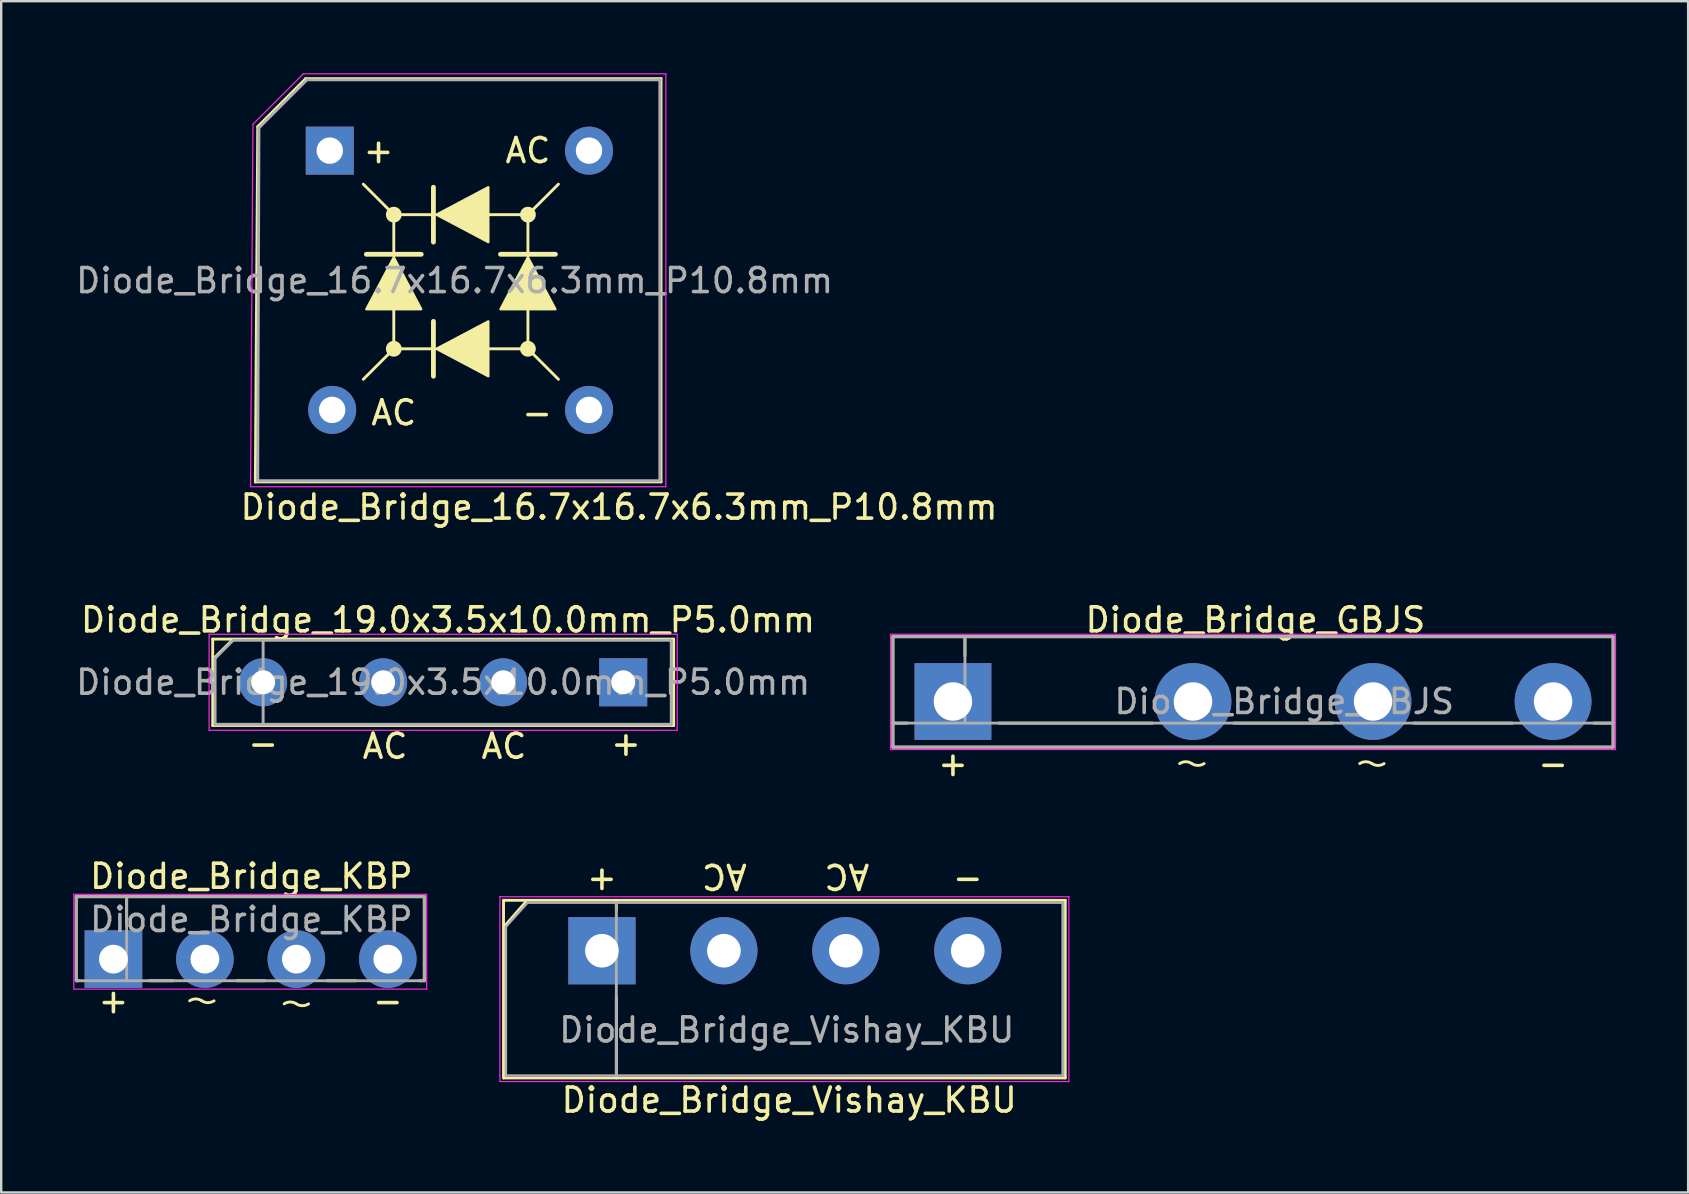
<source format=kicad_pcb>
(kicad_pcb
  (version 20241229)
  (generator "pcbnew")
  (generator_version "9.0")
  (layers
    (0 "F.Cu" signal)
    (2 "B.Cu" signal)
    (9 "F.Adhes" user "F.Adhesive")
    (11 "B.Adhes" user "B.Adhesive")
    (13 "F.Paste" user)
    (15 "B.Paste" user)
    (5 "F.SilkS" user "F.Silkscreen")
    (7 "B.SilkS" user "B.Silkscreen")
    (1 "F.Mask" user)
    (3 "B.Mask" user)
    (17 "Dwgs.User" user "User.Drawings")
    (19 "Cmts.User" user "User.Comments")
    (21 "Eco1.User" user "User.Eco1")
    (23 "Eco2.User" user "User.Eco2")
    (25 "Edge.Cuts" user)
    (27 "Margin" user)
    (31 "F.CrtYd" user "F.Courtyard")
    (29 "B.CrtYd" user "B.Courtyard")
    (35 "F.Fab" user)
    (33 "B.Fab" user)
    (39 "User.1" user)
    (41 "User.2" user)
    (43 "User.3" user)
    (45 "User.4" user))
  (footprint "Diode_Bridge_GBJS"
    (layer "F.Cu")
    (at 36.646 26.172)
    (property "Reference" "Diode_Bridge_GBJS" (at 12.6 -3.4 0) (layer "F.SilkS") (effects (font (size 1 1) (thickness 0.15))))
    (attr through_hole)
    (fp_line (start -2.5 -2.7) (end -2.5 1.9) (stroke (width 0.12) (type solid)) (layer "F.SilkS"))
    (fp_line (start -2.5 -2.7) (end 27.5 -2.7) (stroke (width 0.12) (type solid)) (layer "F.SilkS"))
    (fp_line (start -1.9 0.9) (end -2.5 0.9) (stroke (width 0.12) (type solid)) (layer "F.SilkS"))
    (fp_line (start 0.5 -2.7) (end 0.5 -1.9) (stroke (width 0.12) (type solid)) (layer "F.SilkS"))
    (fp_line (start 8.3 0.9) (end 1.9 0.9) (stroke (width 0.12) (type solid)) (layer "F.SilkS"))
    (fp_line (start 15.8 0.9) (end 11.7 0.9) (stroke (width 0.12) (type solid)) (layer "F.SilkS"))
    (fp_line (start 23.3 0.9) (end 19.2 0.9) (stroke (width 0.12) (type solid)) (layer "F.SilkS"))
    (fp_line (start 27.5 -2.7) (end 27.5 1.9) (stroke (width 0.12) (type solid)) (layer "F.SilkS"))
    (fp_line (start 27.5 0.9) (end 26.7 0.9) (stroke (width 0.12) (type solid)) (layer "F.SilkS"))
    (fp_line (start 27.5 1.9) (end -2.5 1.9) (stroke (width 0.12) (type solid)) (layer "F.SilkS"))
    (fp_arc (start 9.444999 2.586001) (mid 9.698998 2.509096) (end 9.952997 2.586001) (stroke (width 0.12) (type solid)) (layer "F.SilkS"))
    (fp_arc (start 10.460998 2.586) (mid 10.206999 2.662905) (end 9.953 2.586) (stroke (width 0.12) (type solid)) (layer "F.SilkS"))
    (fp_arc (start 16.944999 2.586001) (mid 17.198998 2.509096) (end 17.452997 2.586001) (stroke (width 0.12) (type solid)) (layer "F.SilkS"))
    (fp_arc (start 17.960998 2.586) (mid 17.706999 2.662905) (end 17.453 2.586) (stroke (width 0.12) (type solid)) (layer "F.SilkS"))
    (fp_line (start -2.6 -2.8) (end -2.6 2) (stroke (width 0.05) (type solid)) (layer "F.CrtYd"))
    (fp_line (start -2.6 2) (end 27.6 2) (stroke (width 0.05) (type solid)) (layer "F.CrtYd"))
    (fp_line (start 27.6 -2.8) (end -2.6 -2.8) (stroke (width 0.05) (type solid)) (layer "F.CrtYd"))
    (fp_line (start 27.6 2) (end 27.6 -2.8) (stroke (width 0.05) (type solid)) (layer "F.CrtYd"))
    (fp_line (start -2.5 -2.7) (end 27.5 -2.7) (stroke (width 0.12) (type solid)) (layer "F.Fab"))
    (fp_line (start -2.5 0.9) (end 27.5 0.9) (stroke (width 0.12) (type solid)) (layer "F.Fab"))
    (fp_line (start -2.5 1.9) (end -2.5 -2.7) (stroke (width 0.12) (type solid)) (layer "F.Fab"))
    (fp_line (start 0.5 -2.7) (end 0.5 0.9) (stroke (width 0.12) (type solid)) (layer "F.Fab"))
    (fp_line (start 12.1 -2.7) (end 15.4 -2.7) (stroke (width 0.12) (type solid)) (layer "F.Fab"))
    (fp_line (start 27.5 -2.7) (end 27.5 1.9) (stroke (width 0.12) (type solid)) (layer "F.Fab"))
    (fp_line (start 27.5 1.9) (end -2.5 1.9) (stroke (width 0.12) (type solid)) (layer "F.Fab"))
    (fp_text user "+" (at 0 2.586 0) (layer "F.SilkS") (effects (font (size 1 1) (thickness 0.15))))
    (fp_text user "-" (at 25 2.586 0) (layer "F.SilkS") (effects (font (size 1 1) (thickness 0.15))))
    (fp_text user "${REFERENCE}" (at 13.8 0 0) (layer "F.Fab") (effects (font (size 1 1) (thickness 0.15))))
    (pad "1" thru_hole rect (at 0 0 180) (size 3.2 3.2) (drill 1.6) (layers "*.Cu" "*.Mask"))
    (pad "2" thru_hole circle (at 10 0 180) (size 3.2 3.2) (drill 1.6) (layers "*.Cu" "*.Mask"))
    (pad "3" thru_hole circle (at 17.5 0 180) (size 3.2 3.2) (drill 1.6) (layers "*.Cu" "*.Mask"))
    (pad "4" thru_hole circle (at 25 0 180) (size 3.2 3.2) (drill 1.6) (layers "*.Cu" "*.Mask")))
  (footprint "Diode_Bridge_19.0x3.5x10.0mm_P5.0mm"
    (layer "F.Cu")
    (at 22.911 25.372)
    (property "Reference" "Diode_Bridge_19.0x3.5x10.0mm_P5.0mm" (at -7.3 -2.6 180) (layer "F.SilkS") (effects (font (size 1 1) (thickness 0.15))))
    (fp_line (start -17.1 -1.8) (end 2.1 -1.8) (stroke (width 0.12) (type solid)) (layer "F.SilkS"))
    (fp_line (start -17.1 1.8) (end -17.1 -1.8) (stroke (width 0.12) (type solid)) (layer "F.SilkS"))
    (fp_line (start -16.27 -1.778) (end -17.032 -1.016) (stroke (width 0.12) (type solid)) (layer "F.SilkS"))
    (fp_line (start 2.1 -1.8) (end 2.1 1.8) (stroke (width 0.12) (type solid)) (layer "F.SilkS"))
    (fp_line (start 2.1 1.8) (end -17.1 1.8) (stroke (width 0.12) (type solid)) (layer "F.SilkS"))
    (fp_line (start -17.25 -2) (end -17.25 2) (stroke (width 0.05) (type solid)) (layer "F.CrtYd"))
    (fp_line (start -17.25 -2) (end 2.25 -2) (stroke (width 0.05) (type solid)) (layer "F.CrtYd"))
    (fp_line (start 2.25 2) (end -17.25 2) (stroke (width 0.05) (type solid)) (layer "F.CrtYd"))
    (fp_line (start 2.25 2) (end 2.25 -2) (stroke (width 0.05) (type solid)) (layer "F.CrtYd"))
    (fp_line (start -17 -1) (end -16.25 -1.75) (stroke (width 0.12) (type solid)) (layer "F.Fab"))
    (fp_line (start -17 1.75) (end -17 -1) (stroke (width 0.12) (type solid)) (layer "F.Fab"))
    (fp_line (start -16.25 -1.75) (end 2 -1.75) (stroke (width 0.12) (type solid)) (layer "F.Fab"))
    (fp_line (start -15 -1.75) (end -15 1.75) (stroke (width 0.12) (type solid)) (layer "F.Fab"))
    (fp_line (start 2 -1.75) (end 2 1.75) (stroke (width 0.12) (type solid)) (layer "F.Fab"))
    (fp_line (start 2 1.75) (end -17 1.75) (stroke (width 0.12) (type solid)) (layer "F.Fab"))
    (fp_text user "-" (at -15 2.54 0) (layer "F.SilkS") (effects (font (size 1 1) (thickness 0.15))))
    (fp_text user "AC" (at -9.92 2.667 0) (layer "F.SilkS") (effects (font (size 1 1) (thickness 0.15))))
    (fp_text user "AC" (at -4.967 2.667 0) (layer "F.SilkS") (effects (font (size 1 1) (thickness 0.15))))
    (fp_text user "+" (at 0.113 2.54 0) (layer "F.SilkS") (effects (font (size 1 1) (thickness 0.15))))
    (fp_text user "${REFERENCE}" (at -7.5 0 180) (layer "F.Fab") (effects (font (size 1 1) (thickness 0.15))))
    (pad "1" thru_hole rect (at 0 0) (size 2 2) (drill 1) (layers "*.Cu" "*.Mask"))
    (pad "2" thru_hole circle (at -5 0) (size 2 2) (drill 1) (layers "*.Cu" "*.Mask"))
    (pad "3" thru_hole circle (at -10 0) (size 2 2) (drill 1) (layers "*.Cu" "*.Mask"))
    (pad "4" thru_hole circle (at -15 0) (size 2 2) (drill 1) (layers "*.Cu" "*.Mask")))
  (footprint "Diode_Bridge_Vishay_KBU"
    (layer "F.Cu")
    (at 22.025 36.554)
    (property "Reference" "Diode_Bridge_Vishay_KBU" (at 7.8 6.223 0) (layer "F.SilkS") (effects (font (size 1 1) (thickness 0.15))))
    (fp_line (start -4.1 -2.1) (end -4.1 5.3) (stroke (width 0.12) (type solid)) (layer "F.SilkS"))
    (fp_line (start -4.1 5.3) (end 19.3 5.3) (stroke (width 0.12) (type solid)) (layer "F.SilkS"))
    (fp_line (start -4.064 -1.016) (end -3.175 -2.032) (stroke (width 0.12) (type solid)) (layer "F.SilkS"))
    (fp_line (start 0.6 -1.7) (end 0.6 -2.1) (stroke (width 0.12) (type solid)) (layer "F.SilkS"))
    (fp_line (start 0.6 1.9) (end 0.6 5.3) (stroke (width 0.12) (type solid)) (layer "F.SilkS"))
    (fp_line (start 19.3 -2.1) (end -4.1 -2.1) (stroke (width 0.12) (type solid)) (layer "F.SilkS"))
    (fp_line (start 19.3 5.3) (end 19.3 -2.1) (stroke (width 0.12) (type solid)) (layer "F.SilkS"))
    (fp_line (start -4.25 -2.25) (end -4.25 5.45) (stroke (width 0.05) (type solid)) (layer "F.CrtYd"))
    (fp_line (start -4.25 -2.25) (end 19.45 -2.25) (stroke (width 0.05) (type solid)) (layer "F.CrtYd"))
    (fp_line (start 19.45 5.45) (end -4.25 5.45) (stroke (width 0.05) (type solid)) (layer "F.CrtYd"))
    (fp_line (start 19.45 5.45) (end 19.45 -2.25) (stroke (width 0.05) (type solid)) (layer "F.CrtYd"))
    (fp_line (start -4 -1) (end -4 5.2) (stroke (width 0.1) (type solid)) (layer "F.Fab"))
    (fp_line (start -4 5.2) (end 19.2 5.2) (stroke (width 0.1) (type solid)) (layer "F.Fab"))
    (fp_line (start -3.1 -2) (end -4 -1) (stroke (width 0.1) (type solid)) (layer "F.Fab"))
    (fp_line (start 0.6 -2) (end 0.6 5.2) (stroke (width 0.12) (type solid)) (layer "F.Fab"))
    (fp_line (start 19.2 -2) (end -3.1 -2) (stroke (width 0.1) (type solid)) (layer "F.Fab"))
    (fp_line (start 19.2 5.2) (end 19.2 -2) (stroke (width 0.12) (type solid)) (layer "F.Fab"))
    (fp_text user "AC" (at 10.2 -3.1 180) (unlocked yes) (layer "F.SilkS") (effects (font (size 1 1) (thickness 0.15))))
    (fp_text user "+" (at 0 -3.048 0) (layer "F.SilkS") (effects (font (size 1 1) (thickness 0.15))))
    (fp_text user "AC" (at 5.1 -3.1 180) (unlocked yes) (layer "F.SilkS") (effects (font (size 1 1) (thickness 0.15))))
    (fp_text user "-" (at 15.24 -3.048 0) (layer "F.SilkS") (effects (font (size 1 1) (thickness 0.15))))
    (fp_text user "${REFERENCE}" (at 7.7 3.3 0) (layer "F.Fab") (effects (font (size 1 1) (thickness 0.15))))
    (pad "1" thru_hole rect (at 0 0) (size 2.8 2.8) (drill 1.4) (layers "*.Cu" "*.Mask"))
    (pad "2" thru_hole circle (at 5.08 0) (size 2.8 2.8) (drill 1.4) (layers "*.Cu" "*.Mask"))
    (pad "3" thru_hole circle (at 10.16 0) (size 2.8 2.8) (drill 1.4) (layers "*.Cu" "*.Mask"))
    (pad "4" thru_hole circle (at 15.24 0) (size 2.8 2.8) (drill 1.4) (layers "*.Cu" "*.Mask")))
  (footprint "Diode_Bridge_16.7x16.7x6.3mm_P10.8mm"
    (layer "F.Cu")
    (at 10.687 3.225)
    (property "Reference" "Diode_Bridge_16.7x16.7x6.3mm_P10.8mm" (at 12.05 14.85 180) (layer "F.SilkS") (effects (font (size 1 1) (thickness 0.15))))
    (attr through_hole)
    (fp_line (start -3.1 13.8) (end 13.8 13.8) (stroke (width 0.12) (type solid)) (layer "F.SilkS"))
    (fp_line (start -3 -1) (end -3.1 13.8) (stroke (width 0.12) (type solid)) (layer "F.SilkS"))
    (fp_line (start -1 -3) (end -3 -1) (stroke (width 0.12) (type solid)) (layer "F.SilkS"))
    (fp_line (start 1.397 1.397) (end 2.667 2.667) (stroke (width 0.12) (type solid)) (layer "F.SilkS"))
    (fp_line (start 1.397 9.525) (end 2.667 8.255) (stroke (width 0.12) (type solid)) (layer "F.SilkS"))
    (fp_line (start 2.667 4.318) (end 1.524 4.318) (stroke (width 0.2) (type solid)) (layer "F.SilkS"))
    (fp_line (start 2.667 4.318) (end 2.667 2.667) (stroke (width 0.12) (type solid)) (layer "F.SilkS"))
    (fp_line (start 2.667 8.255) (end 2.667 6.604) (stroke (width 0.12) (type solid)) (layer "F.SilkS"))
    (fp_line (start 3.81 4.318) (end 2.667 4.318) (stroke (width 0.2) (type solid)) (layer "F.SilkS"))
    (fp_line (start 4.318 1.524) (end 4.318 2.667) (stroke (width 0.2) (type solid)) (layer "F.SilkS"))
    (fp_line (start 4.318 2.667) (end 2.667 2.667) (stroke (width 0.12) (type solid)) (layer "F.SilkS"))
    (fp_line (start 4.318 2.667) (end 4.318 3.81) (stroke (width 0.2) (type solid)) (layer "F.SilkS"))
    (fp_line (start 4.318 7.112) (end 4.318 8.255) (stroke (width 0.2) (type solid)) (layer "F.SilkS"))
    (fp_line (start 4.318 8.255) (end 2.667 8.255) (stroke (width 0.12) (type solid)) (layer "F.SilkS"))
    (fp_line (start 4.318 8.255) (end 4.318 9.398) (stroke (width 0.2) (type solid)) (layer "F.SilkS"))
    (fp_line (start 8.255 2.667) (end 6.604 2.667) (stroke (width 0.12) (type solid)) (layer "F.SilkS"))
    (fp_line (start 8.255 4.318) (end 7.112 4.318) (stroke (width 0.2) (type solid)) (layer "F.SilkS"))
    (fp_line (start 8.255 4.318) (end 8.255 2.667) (stroke (width 0.12) (type solid)) (layer "F.SilkS"))
    (fp_line (start 8.255 8.255) (end 6.604 8.255) (stroke (width 0.12) (type solid)) (layer "F.SilkS"))
    (fp_line (start 8.255 8.255) (end 8.255 6.604) (stroke (width 0.12) (type solid)) (layer "F.SilkS"))
    (fp_line (start 9.398 4.318) (end 8.255 4.318) (stroke (width 0.2) (type solid)) (layer "F.SilkS"))
    (fp_line (start 9.525 1.397) (end 8.255 2.667) (stroke (width 0.12) (type solid)) (layer "F.SilkS"))
    (fp_line (start 9.525 9.525) (end 8.255 8.255) (stroke (width 0.12) (type solid)) (layer "F.SilkS"))
    (fp_line (start 13.8 -3) (end -1 -3) (stroke (width 0.12) (type solid)) (layer "F.SilkS"))
    (fp_line (start 13.8 13.8) (end 13.8 -3) (stroke (width 0.12) (type solid)) (layer "F.SilkS"))
    (fp_circle (center 2.667 2.667) (end 2.731 2.603) (stroke (width 0.12) (type solid)) (fill no) (layer "F.SilkS"))
    (fp_circle (center 2.667 2.667) (end 2.794 2.54) (stroke (width 0.12) (type solid)) (fill no) (layer "F.SilkS"))
    (fp_circle (center 2.667 2.667) (end 2.857 2.477) (stroke (width 0.12) (type solid)) (fill no) (layer "F.SilkS"))
    (fp_circle (center 2.667 8.255) (end 2.731 8.191) (stroke (width 0.12) (type solid)) (fill no) (layer "F.SilkS"))
    (fp_circle (center 2.667 8.255) (end 2.794 8.128) (stroke (width 0.12) (type solid)) (fill no) (layer "F.SilkS"))
    (fp_circle (center 2.667 8.255) (end 2.857 8.065) (stroke (width 0.12) (type solid)) (fill no) (layer "F.SilkS"))
    (fp_circle (center 8.255 2.667) (end 8.319 2.603) (stroke (width 0.12) (type solid)) (fill no) (layer "F.SilkS"))
    (fp_circle (center 8.255 2.667) (end 8.382 2.54) (stroke (width 0.12) (type solid)) (fill no) (layer "F.SilkS"))
    (fp_circle (center 8.255 2.667) (end 8.445 2.477) (stroke (width 0.12) (type solid)) (fill no) (layer "F.SilkS"))
    (fp_circle (center 8.255 8.255) (end 8.319 8.191) (stroke (width 0.12) (type solid)) (fill no) (layer "F.SilkS"))
    (fp_circle (center 8.255 8.255) (end 8.382 8.128) (stroke (width 0.12) (type solid)) (fill no) (layer "F.SilkS"))
    (fp_circle (center 8.255 8.255) (end 8.445 8.065) (stroke (width 0.12) (type solid)) (fill no) (layer "F.SilkS"))
    (fp_poly (pts (xy 3.81 6.604) (xy 1.524 6.604) (xy 2.667 4.445)) (stroke (width 0.1) (type solid)) (fill yes) (layer "F.SilkS"))
    (fp_poly (pts (xy 6.604 1.524) (xy 6.604 3.81) (xy 4.445 2.667)) (stroke (width 0.1) (type solid)) (fill yes) (layer "F.SilkS"))
    (fp_poly (pts (xy 6.604 7.112) (xy 6.604 9.398) (xy 4.445 8.255)) (stroke (width 0.1) (type solid)) (fill yes) (layer "F.SilkS"))
    (fp_poly (pts (xy 9.398 6.604) (xy 7.112 6.604) (xy 8.255 4.445)) (stroke (width 0.1) (type solid)) (fill yes) (layer "F.SilkS"))
    (fp_line (start -3.3 14) (end -3.2 -1.1) (stroke (width 0.05) (type solid)) (layer "F.CrtYd"))
    (fp_line (start -3.2 -1.1) (end -1.1 -3.2) (stroke (width 0.05) (type solid)) (layer "F.CrtYd"))
    (fp_line (start -1.1 -3.2) (end 14 -3.2) (stroke (width 0.05) (type solid)) (layer "F.CrtYd"))
    (fp_line (start 14 -3.2) (end 14 14) (stroke (width 0.05) (type solid)) (layer "F.CrtYd"))
    (fp_line (start 14 14) (end -3.3 14) (stroke (width 0.05) (type solid)) (layer "F.CrtYd"))
    (fp_line (start -3 13.75) (end -2.95 -0.95) (stroke (width 0.12) (type solid)) (layer "F.Fab"))
    (fp_line (start -2.95 -0.95) (end -0.95 -2.95) (stroke (width 0.12) (type solid)) (layer "F.Fab"))
    (fp_line (start -0.95 -2.95) (end 13.75 -2.95) (stroke (width 0.12) (type solid)) (layer "F.Fab"))
    (fp_line (start 13.75 -2.95) (end 13.75 13.75) (stroke (width 0.12) (type solid)) (layer "F.Fab"))
    (fp_line (start 13.75 13.75) (end -3 13.75) (stroke (width 0.12) (type solid)) (layer "F.Fab"))
    (fp_text user "+" (at 2.032 0 0) (layer "F.SilkS") (effects (font (size 1 1) (thickness 0.15))))
    (fp_text user "AC" (at 8.255 0 0) (layer "F.SilkS") (effects (font (size 1 1) (thickness 0.15))))
    (fp_text user "-" (at 8.636 10.922 0) (layer "F.SilkS") (effects (font (size 1 1) (thickness 0.15))))
    (fp_text user "AC" (at 2.667 10.922 0) (layer "F.SilkS") (effects (font (size 1 1) (thickness 0.15))))
    (fp_text user "${REFERENCE}" (at 5.2 5.415 180) (layer "F.Fab") (effects (font (size 1 1) (thickness 0.15))))
    (pad "1" thru_hole rect (at 0 0 180) (size 2 2) (drill 1.1) (layers "*.Cu" "*.Mask"))
    (pad "2" thru_hole circle (at 0.1 10.8 180) (size 2 2) (drill 1.1) (layers "*.Cu" "*.Mask"))
    (pad "3" thru_hole circle (at 10.8 10.8 180) (size 2 2) (drill 1.1) (layers "*.Cu" "*.Mask"))
    (pad "4" thru_hole circle (at 10.8 0 180) (size 2 2) (drill 1.1) (layers "*.Cu" "*.Mask")))
  (footprint "Diode_Bridge_KBP"
    (layer "F.Cu")
    (at 1.675 36.904)
    (property "Reference" "Diode_Bridge_KBP" (at 5.745 -3.45 0) (layer "F.SilkS") (effects (font (size 1 1) (thickness 0.15))))
    (attr through_hole)
    (fp_line (start -1.55 -2.6) (end 12.95 -2.6) (stroke (width 0.12) (type solid)) (layer "F.SilkS"))
    (fp_line (start -1.55 0.9) (end -1.55 -2.6) (stroke (width 0.12) (type solid)) (layer "F.SilkS"))
    (fp_line (start -1.45 0.9) (end -1.55 0.9) (stroke (width 0.12) (type solid)) (layer "F.SilkS"))
    (fp_line (start 0.55 -2.6) (end 0.55 -1.45) (stroke (width 0.12) (type solid)) (layer "F.SilkS"))
    (fp_line (start 2.5 0.9) (end 1.5 0.9) (stroke (width 0.12) (type solid)) (layer "F.SilkS"))
    (fp_line (start 6.3 0.9) (end 5.15 0.9) (stroke (width 0.12) (type solid)) (layer "F.SilkS"))
    (fp_line (start 10.1 0.9) (end 8.9 0.9) (stroke (width 0.12) (type solid)) (layer "F.SilkS"))
    (fp_line (start 12.95 -2.6) (end 12.95 0.9) (stroke (width 0.12) (type solid)) (layer "F.SilkS"))
    (fp_line (start 12.95 0.9) (end 12.75 0.9) (stroke (width 0.12) (type solid)) (layer "F.SilkS"))
    (fp_arc (start 3.174999 1.736001) (mid 3.428998 1.659096) (end 3.682997 1.736001) (stroke (width 0.12) (type solid)) (layer "F.SilkS"))
    (fp_arc (start 4.190998 1.736) (mid 3.936999 1.812905) (end 3.683 1.736) (stroke (width 0.12) (type solid)) (layer "F.SilkS"))
    (fp_arc (start 7.111999 1.863001) (mid 7.365998 1.786096) (end 7.619997 1.863001) (stroke (width 0.12) (type solid)) (layer "F.SilkS"))
    (fp_arc (start 8.127998 1.863) (mid 7.873999 1.939905) (end 7.62 1.863) (stroke (width 0.12) (type solid)) (layer "F.SilkS"))
    (fp_line (start -1.65 -2.7) (end -1.65 1.25) (stroke (width 0.05) (type solid)) (layer "F.CrtYd"))
    (fp_line (start -1.65 1.25) (end 13.05 1.25) (stroke (width 0.05) (type solid)) (layer "F.CrtYd"))
    (fp_line (start 13.05 -2.7) (end -1.65 -2.7) (stroke (width 0.05) (type solid)) (layer "F.CrtYd"))
    (fp_line (start 13.05 1.25) (end 13.05 -2.7) (stroke (width 0.05) (type solid)) (layer "F.CrtYd"))
    (fp_line (start -1.55 -2.6) (end 12.95 -2.6) (stroke (width 0.12) (type solid)) (layer "F.Fab"))
    (fp_line (start -1.55 0.9) (end -1.55 -2.6) (stroke (width 0.12) (type solid)) (layer "F.Fab"))
    (fp_line (start 0.55 -2.6) (end 0.55 0.9) (stroke (width 0.12) (type solid)) (layer "F.Fab"))
    (fp_line (start 12.95 -2.6) (end 12.95 0.9) (stroke (width 0.12) (type solid)) (layer "F.Fab"))
    (fp_line (start 12.95 0.9) (end -1.55 0.9) (stroke (width 0.12) (type solid)) (layer "F.Fab"))
    (fp_text user "+" (at 0 1.736 0) (layer "F.SilkS") (effects (font (size 1 1) (thickness 0.15))))
    (fp_text user "-" (at 11.43 1.736 0) (layer "F.SilkS") (effects (font (size 1 1) (thickness 0.15))))
    (fp_text user "${REFERENCE}" (at 5.745 -1.65 0) (layer "F.Fab") (effects (font (size 1 1) (thickness 0.15))))
    (pad "1" thru_hole rect (at 0 0 180) (size 2.4 2.4) (drill 1.2) (layers "*.Cu" "*.Mask"))
    (pad "2" thru_hole circle (at 3.81 0 180) (size 2.4 2.4) (drill 1.2) (layers "*.Cu" "*.Mask"))
    (pad "3" thru_hole circle (at 7.62 0 180) (size 2.4 2.4) (drill 1.2) (layers "*.Cu" "*.Mask"))
    (pad "4" thru_hole circle (at 11.43 0 180) (size 2.4 2.4) (drill 1.2) (layers "*.Cu" "*.Mask")))
  (gr_rect
    (start -3 -3)
    (end 67.271 46.625)
    (stroke (width 0.1) (type default))
    (fill no)
    (layer "Edge.Cuts")))
</source>
